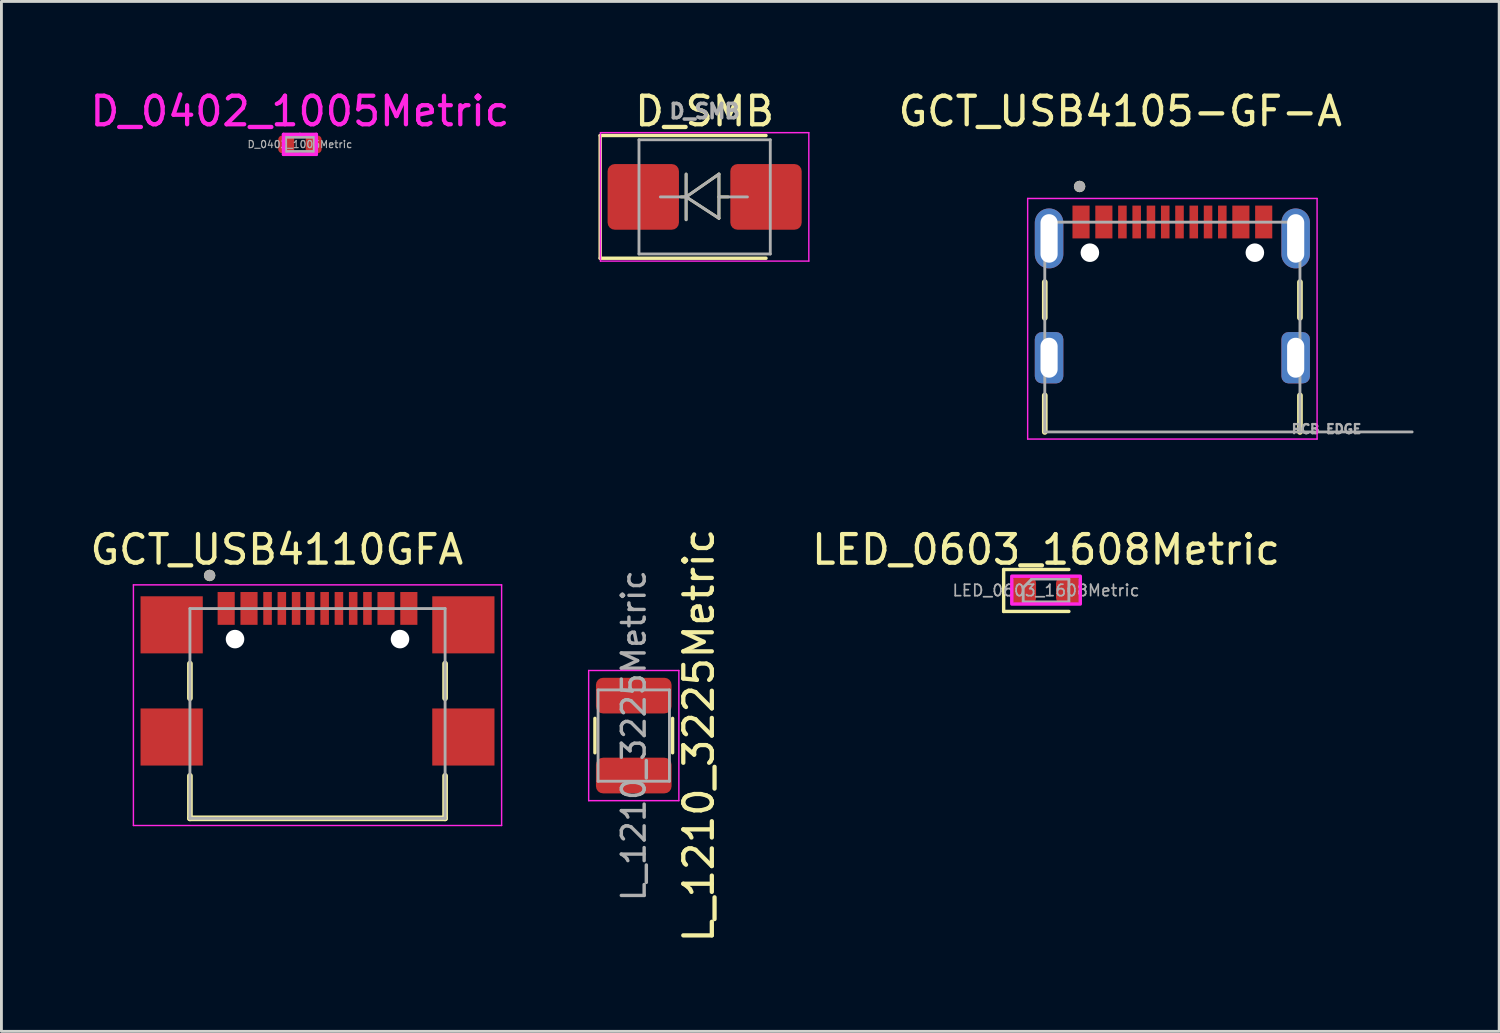
<source format=kicad_pcb>
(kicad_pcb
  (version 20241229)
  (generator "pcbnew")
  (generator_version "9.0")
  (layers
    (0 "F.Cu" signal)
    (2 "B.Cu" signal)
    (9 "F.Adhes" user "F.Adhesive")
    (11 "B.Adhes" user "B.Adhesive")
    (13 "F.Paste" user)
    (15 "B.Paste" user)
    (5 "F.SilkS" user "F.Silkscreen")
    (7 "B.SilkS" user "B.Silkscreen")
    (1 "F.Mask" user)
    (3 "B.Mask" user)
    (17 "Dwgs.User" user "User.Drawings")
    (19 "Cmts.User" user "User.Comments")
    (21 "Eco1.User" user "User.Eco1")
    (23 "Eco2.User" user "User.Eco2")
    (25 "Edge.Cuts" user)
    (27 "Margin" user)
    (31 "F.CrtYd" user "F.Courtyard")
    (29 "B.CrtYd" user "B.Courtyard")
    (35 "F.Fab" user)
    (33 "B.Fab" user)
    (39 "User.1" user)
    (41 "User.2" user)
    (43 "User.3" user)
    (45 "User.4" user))
  (footprint "D_0402_1005Metric"
    (layer "F.Cu")
    (at 7.458 2.008)
    (property "Reference" "D_0402_1005Metric" (at 0 -1.16 0) (layer "F.CrtYd") (effects (font (size 1 1) (thickness 0.15))))
    (attr smd)
    (fp_line (start -0.575 -0.35) (end -0.575 0) (stroke (width 0.12) (type default)) (layer "F.CrtYd"))
    (fp_line (start -0.575 0.35) (end -0.575 0) (stroke (width 0.12) (type default)) (layer "F.CrtYd"))
    (fp_line (start 0 -0.35) (end -0.575 -0.35) (stroke (width 0.12) (type default)) (layer "F.CrtYd"))
    (fp_line (start 0 -0.35) (end 0.575 -0.35) (stroke (width 0.12) (type default)) (layer "F.CrtYd"))
    (fp_line (start 0 0.35) (end -0.575 0.35) (stroke (width 0.12) (type default)) (layer "F.CrtYd"))
    (fp_line (start 0 0.35) (end 0.575 0.35) (stroke (width 0.12) (type default)) (layer "F.CrtYd"))
    (fp_line (start 0.575 -0.35) (end 0.575 0) (stroke (width 0.12) (type default)) (layer "F.CrtYd"))
    (fp_line (start 0.575 0.35) (end 0.575 0) (stroke (width 0.12) (type default)) (layer "F.CrtYd"))
    (fp_line (start -0.5 -0.25) (end 0.5 -0.25) (stroke (width 0.1) (type solid)) (layer "F.Fab"))
    (fp_line (start -0.5 0.25) (end -0.5 -0.25) (stroke (width 0.1) (type solid)) (layer "F.Fab"))
    (fp_line (start 0.5 -0.25) (end 0.5 0.25) (stroke (width 0.1) (type solid)) (layer "F.Fab"))
    (fp_line (start 0.5 0.25) (end -0.5 0.25) (stroke (width 0.1) (type solid)) (layer "F.Fab"))
    (fp_text user "${REFERENCE}" (at 0 0 0) (layer "F.Fab") (effects (font (size 0.25 0.25) (thickness 0.04))))
    (pad "1" smd roundrect (at -0.48 0) (size 0.56 0.62) (layers "F.Cu" "F.Mask" "F.Paste") (roundrect_rratio 0.25))
    (pad "2" smd roundrect (at 0.48 0) (size 0.56 0.62) (layers "F.Cu" "F.Mask" "F.Paste") (roundrect_rratio 0.25)))
  (footprint "GCT_USB4110GFA"
    (layer "F.Cu")
    (at 8.074 19.341)
    (property "Reference" "GCT_USB4110GFA" (at -1.425 -3.135 0) (layer "F.SilkS") (effects (font (size 1 1) (thickness 0.15))))
    (attr smd)
    (fp_line (start -4.47 0.86) (end -4.47 2.07) (stroke (width 0.2) (type solid)) (layer "F.SilkS"))
    (fp_line (start -4.47 4.79) (end -4.47 6.28) (stroke (width 0.2) (type solid)) (layer "F.SilkS"))
    (fp_line (start -4.47 6.28) (end 4.47 6.28) (stroke (width 0.2) (type solid)) (layer "F.SilkS"))
    (fp_line (start 4.47 0.86) (end 4.47 2.07) (stroke (width 0.2) (type solid)) (layer "F.SilkS"))
    (fp_line (start 4.47 6.28) (end 4.47 4.79) (stroke (width 0.2) (type solid)) (layer "F.SilkS"))
    (fp_circle (center -3.78 -2.23) (end -3.68 -2.23) (stroke (width 0.2) (type solid)) (fill no) (layer "F.SilkS"))
    (fp_line (start -6.45 -1.9) (end 6.45 -1.9) (stroke (width 0.05) (type solid)) (layer "F.CrtYd"))
    (fp_line (start -6.45 6.53) (end -6.45 -1.9) (stroke (width 0.05) (type solid)) (layer "F.CrtYd"))
    (fp_line (start 6.45 -1.9) (end 6.45 6.53) (stroke (width 0.05) (type solid)) (layer "F.CrtYd"))
    (fp_line (start 6.45 6.53) (end -6.45 6.53) (stroke (width 0.05) (type solid)) (layer "F.CrtYd"))
    (fp_line (start -4.47 -1.07) (end -4.47 6.28) (stroke (width 0.1) (type solid)) (layer "F.Fab"))
    (fp_line (start -4.47 6.28) (end 4.47 6.28) (stroke (width 0.1) (type solid)) (layer "F.Fab"))
    (fp_line (start 4.47 -1.07) (end -4.47 -1.07) (stroke (width 0.1) (type solid)) (layer "F.Fab"))
    (fp_line (start 4.47 6.28) (end 4.47 -1.07) (stroke (width 0.1) (type solid)) (layer "F.Fab"))
    (fp_circle (center -3.78 -2.23) (end -3.68 -2.23) (stroke (width 0.2) (type solid)) (fill no) (layer "F.Fab"))
    (pad "" np_thru_hole circle (at -2.89 0) (size 0.65 0.65) (drill 0.65) (layers "*.Cu" "*.Mask"))
    (pad "" np_thru_hole circle (at 2.89 0) (size 0.65 0.65) (drill 0.65) (layers "*.Cu" "*.Mask"))
    (pad "A1/B12" smd rect (at -3.2 -1.075) (size 0.6 1.15) (layers "F.Cu" "F.Mask" "F.Paste"))
    (pad "A4/B9" smd rect (at -2.4 -1.075) (size 0.6 1.15) (layers "F.Cu" "F.Mask" "F.Paste"))
    (pad "A5" smd rect (at -1.25 -1.075) (size 0.3 1.15) (layers "F.Cu" "F.Mask" "F.Paste"))
    (pad "A6" smd rect (at -0.25 -1.075) (size 0.3 1.15) (layers "F.Cu" "F.Mask" "F.Paste"))
    (pad "A7" smd rect (at 0.25 -1.075) (size 0.3 1.15) (layers "F.Cu" "F.Mask" "F.Paste"))
    (pad "A8" smd rect (at 1.25 -1.075) (size 0.3 1.15) (layers "F.Cu" "F.Mask" "F.Paste"))
    (pad "B1/A12" smd rect (at 3.2 -1.075) (size 0.6 1.15) (layers "F.Cu" "F.Mask" "F.Paste"))
    (pad "B4/A9" smd rect (at 2.4 -1.075) (size 0.6 1.15) (layers "F.Cu" "F.Mask" "F.Paste"))
    (pad "B5" smd rect (at 1.75 -1.075) (size 0.3 1.15) (layers "F.Cu" "F.Mask" "F.Paste"))
    (pad "B6" smd rect (at 0.75 -1.075) (size 0.3 1.15) (layers "F.Cu" "F.Mask" "F.Paste"))
    (pad "B7" smd rect (at -0.75 -1.075) (size 0.3 1.15) (layers "F.Cu" "F.Mask" "F.Paste"))
    (pad "B8" smd rect (at -1.75 -1.075) (size 0.3 1.15) (layers "F.Cu" "F.Mask" "F.Paste"))
    (pad "S1" smd rect (at -5.11 -0.5) (size 2.18 2) (layers "F.Cu" "F.Mask" "F.Paste"))
    (pad "S2" smd rect (at 5.11 -0.5) (size 2.18 2) (layers "F.Cu" "F.Mask" "F.Paste"))
    (pad "S3" smd rect (at -5.11 3.43) (size 2.18 2) (layers "F.Cu" "F.Mask" "F.Paste"))
    (pad "S4" smd rect (at 5.11 3.43) (size 2.18 2) (layers "F.Cu" "F.Mask" "F.Paste")))
  (footprint "GCT_USB4105-GF-A"
    (layer "F.Cu")
    (at 38.024 9.483)
    (property "Reference" "GCT_USB4105-GF-A" (at -1.825 -8.635 0) (layer "F.SilkS") (effects (font (size 1 1) (thickness 0.15))))
    (attr smd)
    (fp_line (start -4.47 -2.65) (end -4.47 -1.4) (stroke (width 0.2) (type solid)) (layer "F.SilkS"))
    (fp_line (start -4.47 1.32) (end -4.47 2.6) (stroke (width 0.2) (type solid)) (layer "F.SilkS"))
    (fp_line (start 4.47 -2.65) (end 4.47 -1.4) (stroke (width 0.2) (type solid)) (layer "F.SilkS"))
    (fp_line (start 4.47 2.6) (end 4.47 1.32) (stroke (width 0.2) (type solid)) (layer "F.SilkS"))
    (fp_circle (center -3.25 -6) (end -3.15 -6) (stroke (width 0.2) (type solid)) (fill no) (layer "F.SilkS"))
    (fp_line (start -5.07 -5.58) (end -5.07 2.85) (stroke (width 0.05) (type solid)) (layer "F.CrtYd"))
    (fp_line (start -5.07 2.85) (end 5.07 2.85) (stroke (width 0.05) (type solid)) (layer "F.CrtYd"))
    (fp_line (start 5.07 -5.58) (end -5.07 -5.58) (stroke (width 0.05) (type solid)) (layer "F.CrtYd"))
    (fp_line (start 5.07 2.85) (end 5.07 -5.58) (stroke (width 0.05) (type solid)) (layer "F.CrtYd"))
    (fp_line (start -4.47 -4.75) (end 4.47 -4.75) (stroke (width 0.1) (type solid)) (layer "F.Fab"))
    (fp_line (start -4.47 2.6) (end -4.47 -4.75) (stroke (width 0.1) (type solid)) (layer "F.Fab"))
    (fp_line (start 4.47 -4.75) (end 4.47 2.6) (stroke (width 0.1) (type solid)) (layer "F.Fab"))
    (fp_line (start 4.47 2.6) (end -4.47 2.6) (stroke (width 0.1) (type solid)) (layer "F.Fab"))
    (fp_line (start 4.47 2.6) (end 8.4 2.6) (stroke (width 0.1) (type solid)) (layer "F.Fab"))
    (fp_circle (center -3.25 -6) (end -3.15 -6) (stroke (width 0.2) (type solid)) (fill no) (layer "F.Fab"))
    (fp_text user "PCB EDGE" (at 5.4 2.5 0) (layer "F.Fab") (effects (font (size 0.32 0.32) (thickness 0.08))))
    (pad "" np_thru_hole circle (at -2.89 -3.68) (size 0.65 0.65) (drill 0.65) (layers "*.Cu" "*.Mask"))
    (pad "" np_thru_hole circle (at 2.89 -3.68) (size 0.65 0.65) (drill 0.65) (layers "*.Cu" "*.Mask"))
    (pad "A1_B12" smd rect (at -3.2 -4.755) (size 0.6 1.15) (layers "F.Cu" "F.Mask" "F.Paste"))
    (pad "A4_B9" smd rect (at -2.4 -4.755) (size 0.6 1.15) (layers "F.Cu" "F.Mask" "F.Paste"))
    (pad "A5" smd rect (at -1.25 -4.755) (size 0.3 1.15) (layers "F.Cu" "F.Mask" "F.Paste"))
    (pad "A6" smd rect (at -0.25 -4.755) (size 0.3 1.15) (layers "F.Cu" "F.Mask" "F.Paste"))
    (pad "A7" smd rect (at 0.25 -4.755) (size 0.3 1.15) (layers "F.Cu" "F.Mask" "F.Paste"))
    (pad "A8" smd rect (at 1.25 -4.755) (size 0.3 1.15) (layers "F.Cu" "F.Mask" "F.Paste"))
    (pad "B1_A12" smd rect (at 3.2 -4.755) (size 0.6 1.15) (layers "F.Cu" "F.Mask" "F.Paste"))
    (pad "B4_A9" smd rect (at 2.4 -4.755) (size 0.6 1.15) (layers "F.Cu" "F.Mask" "F.Paste"))
    (pad "B5" smd rect (at 1.75 -4.755) (size 0.3 1.15) (layers "F.Cu" "F.Mask" "F.Paste"))
    (pad "B6" smd rect (at 0.75 -4.755) (size 0.3 1.15) (layers "F.Cu" "F.Mask" "F.Paste"))
    (pad "B7" smd rect (at -0.75 -4.755) (size 0.3 1.15) (layers "F.Cu" "F.Mask" "F.Paste"))
    (pad "B8" smd rect (at -1.75 -4.755) (size 0.3 1.15) (layers "F.Cu" "F.Mask" "F.Paste"))
    (pad "SH1" thru_hole oval (at -4.32 -4.18) (size 1 2.1) (drill oval 0.6 1.7) (layers "*.Cu" "*.Mask"))
    (pad "SH2" thru_hole oval (at 4.32 -4.18) (size 1 2.1) (drill oval 0.6 1.7) (layers "*.Cu" "*.Mask"))
    (pad "SH3" thru_hole roundrect (at -4.32 0) (size 1 1.8) (drill oval 0.6 1.4) (layers "*.Cu" "*.Mask") (roundrect_rratio 0.25))
    (pad "SH4" thru_hole roundrect (at 4.32 0) (size 1 1.8) (drill oval 0.6 1.4) (layers "*.Cu" "*.Mask") (roundrect_rratio 0.25)))
  (footprint "LED_0603_1608Metric"
    (layer "F.Cu")
    (at 33.598 17.637)
    (property "Reference" "LED_0603_1608Metric" (at 0 -1.43 0) (layer "F.SilkS") (effects (font (size 1 1) (thickness 0.15))))
    (attr smd)
    (fp_line (start -1.485 -0.735) (end -1.485 0.735) (stroke (width 0.12) (type solid)) (layer "F.SilkS"))
    (fp_line (start -1.485 0.735) (end 0.8 0.735) (stroke (width 0.12) (type solid)) (layer "F.SilkS"))
    (fp_line (start 0.8 -0.735) (end -1.485 -0.735) (stroke (width 0.12) (type solid)) (layer "F.SilkS"))
    (fp_rect (start -1.2 -0.5) (end 1.2 0.475) (stroke (width 0.12) (type default)) (fill no) (layer "F.CrtYd"))
    (fp_line (start -0.8 -0.1) (end -0.8 0.4) (stroke (width 0.1) (type solid)) (layer "F.Fab"))
    (fp_line (start -0.8 0.4) (end 0.8 0.4) (stroke (width 0.1) (type solid)) (layer "F.Fab"))
    (fp_line (start -0.5 -0.4) (end -0.8 -0.1) (stroke (width 0.1) (type solid)) (layer "F.Fab"))
    (fp_line (start 0.8 -0.4) (end -0.5 -0.4) (stroke (width 0.1) (type solid)) (layer "F.Fab"))
    (fp_line (start 0.8 0.4) (end 0.8 -0.4) (stroke (width 0.1) (type solid)) (layer "F.Fab"))
    (fp_text user "${REFERENCE}" (at 0 0 0) (layer "F.Fab") (effects (font (size 0.4 0.4) (thickness 0.06))))
    (pad "1" smd roundrect (at -0.787 0) (size 0.875 0.95) (layers "F.Cu" "F.Mask" "F.Paste") (roundrect_rratio 0.25))
    (pad "2" smd roundrect (at 0.787 0) (size 0.875 0.95) (layers "F.Cu" "F.Mask" "F.Paste") (roundrect_rratio 0.25)))
  (footprint "D_SMB"
    (layer "F.Cu")
    (at 21.637 3.848)
    (property "Reference" "D_SMB" (at 0 -3 0) (layer "F.SilkS") (effects (font (size 1 1) (thickness 0.15))))
    (attr smd)
    (fp_line (start -3.66 -2.15) (end -3.66 2.15) (stroke (width 0.12) (type solid)) (layer "F.SilkS"))
    (fp_line (start -3.66 -2.15) (end 2.15 -2.15) (stroke (width 0.12) (type solid)) (layer "F.SilkS"))
    (fp_line (start -3.66 2.15) (end 2.15 2.15) (stroke (width 0.12) (type solid)) (layer "F.SilkS"))
    (fp_line (start -0.649 -0.799) (end -0.649 0.801) (stroke (width 0.1) (type solid)) (layer "F.SilkS"))
    (fp_line (start -0.649 0.001) (end -0.825 0.001) (stroke (width 0.1) (type solid)) (layer "F.SilkS"))
    (fp_line (start -0.649 0.001) (end 0.501 -0.799) (stroke (width 0.1) (type solid)) (layer "F.SilkS"))
    (fp_line (start -0.649 0.001) (end 0.501 0.75) (stroke (width 0.1) (type solid)) (layer "F.SilkS"))
    (fp_line (start 0.501 0.001) (end 0.825 0.001) (stroke (width 0.1) (type solid)) (layer "F.SilkS"))
    (fp_line (start 0.501 0.75) (end 0.501 -0.799) (stroke (width 0.1) (type solid)) (layer "F.SilkS"))
    (fp_line (start -3.65 -2.25) (end 3.65 -2.25) (stroke (width 0.05) (type solid)) (layer "F.CrtYd"))
    (fp_line (start -3.65 2.25) (end -3.65 -2.25) (stroke (width 0.05) (type solid)) (layer "F.CrtYd"))
    (fp_line (start 3.65 -2.25) (end 3.65 2.25) (stroke (width 0.05) (type solid)) (layer "F.CrtYd"))
    (fp_line (start 3.65 2.25) (end -3.65 2.25) (stroke (width 0.05) (type solid)) (layer "F.CrtYd"))
    (fp_line (start -2.3 2) (end -2.3 -2) (stroke (width 0.1) (type solid)) (layer "F.Fab"))
    (fp_line (start -0.649 -0.799) (end -0.649 0.801) (stroke (width 0.1) (type solid)) (layer "F.Fab"))
    (fp_line (start -0.649 0.001) (end -1.551 0.001) (stroke (width 0.1) (type solid)) (layer "F.Fab"))
    (fp_line (start -0.649 0.001) (end 0.501 -0.799) (stroke (width 0.1) (type solid)) (layer "F.Fab"))
    (fp_line (start -0.649 0.001) (end 0.501 0.75) (stroke (width 0.1) (type solid)) (layer "F.Fab"))
    (fp_line (start 0.501 0.001) (end 1.499 0.001) (stroke (width 0.1) (type solid)) (layer "F.Fab"))
    (fp_line (start 0.501 0.75) (end 0.501 -0.799) (stroke (width 0.1) (type solid)) (layer "F.Fab"))
    (fp_line (start 2.3 -2) (end -2.3 -2) (stroke (width 0.1) (type solid)) (layer "F.Fab"))
    (fp_line (start 2.3 -2) (end 2.3 2) (stroke (width 0.1) (type solid)) (layer "F.Fab"))
    (fp_line (start 2.3 2) (end -2.3 2) (stroke (width 0.1) (type solid)) (layer "F.Fab"))
    (fp_text user "${REFERENCE}" (at 0 -3 0) (layer "F.Fab") (effects (font (size 0.5 0.5) (thickness 0.125))))
    (pad "1" smd roundrect (at -2.15 0) (size 2.5 2.3) (layers "F.Cu" "F.Mask" "F.Paste") (roundrect_rratio 0.109))
    (pad "2" smd roundrect (at 2.15 0) (size 2.5 2.3) (layers "F.Cu" "F.Mask" "F.Paste") (roundrect_rratio 0.109)))
  (footprint "L_1210_3225Metric"
    (layer "F.Cu")
    (at 19.154 22.721 -90)
    (property "Reference" "L_1210_3225Metric" (at 0 -2.28 90) (layer "F.SilkS") (effects (font (size 1 1) (thickness 0.15))))
    (attr smd)
    (fp_line (start -0.602 1.36) (end 0.602 1.36) (stroke (width 0.12) (type solid)) (layer "F.SilkS"))
    (fp_line (start -0.602 -1.36) (end 0.602 -1.36) (stroke (width 0.12) (type solid)) (layer "F.SilkS"))
    (fp_line (start -2.28 1.58) (end -2.28 -1.58) (stroke (width 0.05) (type solid)) (layer "F.CrtYd"))
    (fp_line (start 2.28 1.58) (end -2.28 1.58) (stroke (width 0.05) (type solid)) (layer "F.CrtYd"))
    (fp_line (start -2.28 -1.58) (end 2.28 -1.58) (stroke (width 0.05) (type solid)) (layer "F.CrtYd"))
    (fp_line (start 2.28 -1.58) (end 2.28 1.58) (stroke (width 0.05) (type solid)) (layer "F.CrtYd"))
    (fp_line (start -1.6 1.25) (end -1.6 -1.25) (stroke (width 0.1) (type solid)) (layer "F.Fab"))
    (fp_line (start 1.6 1.25) (end -1.6 1.25) (stroke (width 0.1) (type solid)) (layer "F.Fab"))
    (fp_line (start -1.6 -1.25) (end 1.6 -1.25) (stroke (width 0.1) (type solid)) (layer "F.Fab"))
    (fp_line (start 1.6 -1.25) (end 1.6 1.25) (stroke (width 0.1) (type solid)) (layer "F.Fab"))
    (fp_text user "${REFERENCE}" (at 0 0 90) (layer "F.Fab") (effects (font (size 0.8 0.8) (thickness 0.12))))
    (pad "1" smd roundrect (at -1.4 0 270) (size 1.25 2.65) (layers "F.Cu" "F.Mask" "F.Paste") (roundrect_rratio 0.2))
    (pad "2" smd roundrect (at 1.4 0 270) (size 1.25 2.65) (layers "F.Cu" "F.Mask" "F.Paste") (roundrect_rratio 0.2)))
  (gr_rect
    (start -3 -3)
    (end 49.474 33.084)
    (stroke (width 0.1) (type default))
    (fill no)
    (layer "Edge.Cuts")))
</source>
